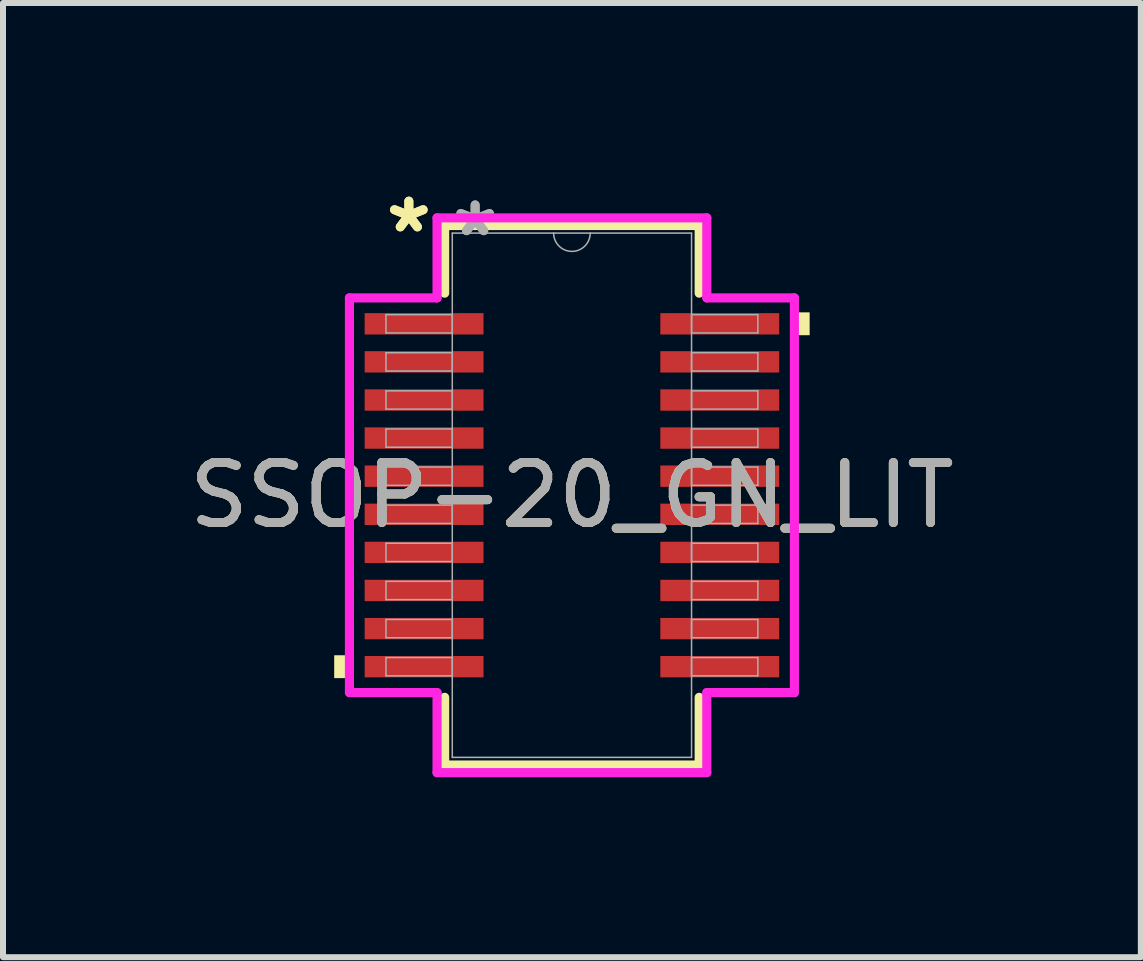
<source format=kicad_pcb>
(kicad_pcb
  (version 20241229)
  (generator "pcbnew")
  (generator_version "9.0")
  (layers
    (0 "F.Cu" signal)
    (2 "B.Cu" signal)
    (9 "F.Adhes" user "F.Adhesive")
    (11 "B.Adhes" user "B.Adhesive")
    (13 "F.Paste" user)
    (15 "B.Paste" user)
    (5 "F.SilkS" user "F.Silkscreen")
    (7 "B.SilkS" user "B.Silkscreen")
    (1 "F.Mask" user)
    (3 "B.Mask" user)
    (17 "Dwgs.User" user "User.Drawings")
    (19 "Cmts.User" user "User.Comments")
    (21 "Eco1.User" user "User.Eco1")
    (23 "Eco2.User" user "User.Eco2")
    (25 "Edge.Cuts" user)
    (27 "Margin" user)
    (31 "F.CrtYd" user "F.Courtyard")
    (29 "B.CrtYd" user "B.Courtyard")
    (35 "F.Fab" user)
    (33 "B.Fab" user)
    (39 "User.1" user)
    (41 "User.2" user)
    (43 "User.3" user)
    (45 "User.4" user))
  (footprint "SSOP-20_GN_LIT"
    (layer "F.Cu")
    (at 6.482 5.204)
    (property "Reference" "SSOP-20_GN_LIT" (at 0 0 0) (unlocked yes) (layer "F.SilkS") (effects (font (size 1 1) (thickness 0.15))))
    (attr smd)
    (fp_line (start -2.121 -4.496) (end -2.121 -3.368) (stroke (width 0.152) (type solid)) (layer "F.SilkS"))
    (fp_line (start -2.121 3.368) (end -2.121 4.496) (stroke (width 0.152) (type solid)) (layer "F.SilkS"))
    (fp_line (start -2.121 4.496) (end 2.121 4.496) (stroke (width 0.152) (type solid)) (layer "F.SilkS"))
    (fp_line (start 2.121 -4.496) (end -2.121 -4.496) (stroke (width 0.152) (type solid)) (layer "F.SilkS"))
    (fp_line (start 2.121 -3.368) (end 2.121 -4.496) (stroke (width 0.152) (type solid)) (layer "F.SilkS"))
    (fp_line (start 2.121 4.496) (end 2.121 3.368) (stroke (width 0.152) (type solid)) (layer "F.SilkS"))
    (fp_poly (pts (xy -3.962 2.667) (xy -3.962 3.048) (xy -3.708 3.048) (xy -3.708 2.667)) (stroke (width 0) (type solid)) (fill yes) (layer "F.SilkS"))
    (fp_poly (pts (xy 3.962 -3.048) (xy 3.962 -2.667) (xy 3.708 -2.667) (xy 3.708 -3.048)) (stroke (width 0) (type solid)) (fill yes) (layer "F.SilkS"))
    (fp_line (start -3.708 -3.289) (end -2.248 -3.289) (stroke (width 0.152) (type solid)) (layer "F.CrtYd"))
    (fp_line (start -3.708 3.289) (end -3.708 -3.289) (stroke (width 0.152) (type solid)) (layer "F.CrtYd"))
    (fp_line (start -3.708 3.289) (end -2.248 3.289) (stroke (width 0.152) (type solid)) (layer "F.CrtYd"))
    (fp_line (start -2.248 -4.623) (end 2.248 -4.623) (stroke (width 0.152) (type solid)) (layer "F.CrtYd"))
    (fp_line (start -2.248 -3.289) (end -2.248 -4.623) (stroke (width 0.152) (type solid)) (layer "F.CrtYd"))
    (fp_line (start -2.248 4.623) (end -2.248 3.289) (stroke (width 0.152) (type solid)) (layer "F.CrtYd"))
    (fp_line (start 2.248 -4.623) (end 2.248 -3.289) (stroke (width 0.152) (type solid)) (layer "F.CrtYd"))
    (fp_line (start 2.248 3.289) (end 2.248 4.623) (stroke (width 0.152) (type solid)) (layer "F.CrtYd"))
    (fp_line (start 2.248 4.623) (end -2.248 4.623) (stroke (width 0.152) (type solid)) (layer "F.CrtYd"))
    (fp_line (start 3.708 -3.289) (end 2.248 -3.289) (stroke (width 0.152) (type solid)) (layer "F.CrtYd"))
    (fp_line (start 3.708 -3.289) (end 3.708 3.289) (stroke (width 0.152) (type solid)) (layer "F.CrtYd"))
    (fp_line (start 3.708 3.289) (end 2.248 3.289) (stroke (width 0.152) (type solid)) (layer "F.CrtYd"))
    (fp_line (start -3.099 -3.01) (end -3.099 -2.705) (stroke (width 0.025) (type solid)) (layer "F.Fab"))
    (fp_line (start -3.099 -2.705) (end -1.994 -2.705) (stroke (width 0.025) (type solid)) (layer "F.Fab"))
    (fp_line (start -3.099 -2.375) (end -3.099 -2.07) (stroke (width 0.025) (type solid)) (layer "F.Fab"))
    (fp_line (start -3.099 -2.07) (end -1.994 -2.07) (stroke (width 0.025) (type solid)) (layer "F.Fab"))
    (fp_line (start -3.099 -1.74) (end -3.099 -1.435) (stroke (width 0.025) (type solid)) (layer "F.Fab"))
    (fp_line (start -3.099 -1.435) (end -1.994 -1.435) (stroke (width 0.025) (type solid)) (layer "F.Fab"))
    (fp_line (start -3.099 -1.105) (end -3.099 -0.8) (stroke (width 0.025) (type solid)) (layer "F.Fab"))
    (fp_line (start -3.099 -0.8) (end -1.994 -0.8) (stroke (width 0.025) (type solid)) (layer "F.Fab"))
    (fp_line (start -3.099 -0.47) (end -3.099 -0.165) (stroke (width 0.025) (type solid)) (layer "F.Fab"))
    (fp_line (start -3.099 -0.165) (end -1.994 -0.165) (stroke (width 0.025) (type solid)) (layer "F.Fab"))
    (fp_line (start -3.099 0.165) (end -3.099 0.47) (stroke (width 0.025) (type solid)) (layer "F.Fab"))
    (fp_line (start -3.099 0.47) (end -1.994 0.47) (stroke (width 0.025) (type solid)) (layer "F.Fab"))
    (fp_line (start -3.099 0.8) (end -3.099 1.105) (stroke (width 0.025) (type solid)) (layer "F.Fab"))
    (fp_line (start -3.099 1.105) (end -1.994 1.105) (stroke (width 0.025) (type solid)) (layer "F.Fab"))
    (fp_line (start -3.099 1.435) (end -3.099 1.74) (stroke (width 0.025) (type solid)) (layer "F.Fab"))
    (fp_line (start -3.099 1.74) (end -1.994 1.74) (stroke (width 0.025) (type solid)) (layer "F.Fab"))
    (fp_line (start -3.099 2.07) (end -3.099 2.375) (stroke (width 0.025) (type solid)) (layer "F.Fab"))
    (fp_line (start -3.099 2.375) (end -1.994 2.375) (stroke (width 0.025) (type solid)) (layer "F.Fab"))
    (fp_line (start -3.099 2.705) (end -3.099 3.01) (stroke (width 0.025) (type solid)) (layer "F.Fab"))
    (fp_line (start -3.099 3.01) (end -1.994 3.01) (stroke (width 0.025) (type solid)) (layer "F.Fab"))
    (fp_line (start -1.994 -4.369) (end -1.994 4.369) (stroke (width 0.025) (type solid)) (layer "F.Fab"))
    (fp_line (start -1.994 -3.01) (end -3.099 -3.01) (stroke (width 0.025) (type solid)) (layer "F.Fab"))
    (fp_line (start -1.994 -2.705) (end -1.994 -3.01) (stroke (width 0.025) (type solid)) (layer "F.Fab"))
    (fp_line (start -1.994 -2.375) (end -3.099 -2.375) (stroke (width 0.025) (type solid)) (layer "F.Fab"))
    (fp_line (start -1.994 -2.07) (end -1.994 -2.375) (stroke (width 0.025) (type solid)) (layer "F.Fab"))
    (fp_line (start -1.994 -1.74) (end -3.099 -1.74) (stroke (width 0.025) (type solid)) (layer "F.Fab"))
    (fp_line (start -1.994 -1.435) (end -1.994 -1.74) (stroke (width 0.025) (type solid)) (layer "F.Fab"))
    (fp_line (start -1.994 -1.105) (end -3.099 -1.105) (stroke (width 0.025) (type solid)) (layer "F.Fab"))
    (fp_line (start -1.994 -0.8) (end -1.994 -1.105) (stroke (width 0.025) (type solid)) (layer "F.Fab"))
    (fp_line (start -1.994 -0.47) (end -3.099 -0.47) (stroke (width 0.025) (type solid)) (layer "F.Fab"))
    (fp_line (start -1.994 -0.165) (end -1.994 -0.47) (stroke (width 0.025) (type solid)) (layer "F.Fab"))
    (fp_line (start -1.994 0.165) (end -3.099 0.165) (stroke (width 0.025) (type solid)) (layer "F.Fab"))
    (fp_line (start -1.994 0.47) (end -1.994 0.165) (stroke (width 0.025) (type solid)) (layer "F.Fab"))
    (fp_line (start -1.994 0.8) (end -3.099 0.8) (stroke (width 0.025) (type solid)) (layer "F.Fab"))
    (fp_line (start -1.994 1.105) (end -1.994 0.8) (stroke (width 0.025) (type solid)) (layer "F.Fab"))
    (fp_line (start -1.994 1.435) (end -3.099 1.435) (stroke (width 0.025) (type solid)) (layer "F.Fab"))
    (fp_line (start -1.994 1.74) (end -1.994 1.435) (stroke (width 0.025) (type solid)) (layer "F.Fab"))
    (fp_line (start -1.994 2.07) (end -3.099 2.07) (stroke (width 0.025) (type solid)) (layer "F.Fab"))
    (fp_line (start -1.994 2.375) (end -1.994 2.07) (stroke (width 0.025) (type solid)) (layer "F.Fab"))
    (fp_line (start -1.994 2.705) (end -3.099 2.705) (stroke (width 0.025) (type solid)) (layer "F.Fab"))
    (fp_line (start -1.994 3.01) (end -1.994 2.705) (stroke (width 0.025) (type solid)) (layer "F.Fab"))
    (fp_line (start -1.994 4.369) (end 1.994 4.369) (stroke (width 0.025) (type solid)) (layer "F.Fab"))
    (fp_line (start 1.994 -4.369) (end -1.994 -4.369) (stroke (width 0.025) (type solid)) (layer "F.Fab"))
    (fp_line (start 1.994 -3.01) (end 1.994 -2.705) (stroke (width 0.025) (type solid)) (layer "F.Fab"))
    (fp_line (start 1.994 -2.705) (end 3.099 -2.705) (stroke (width 0.025) (type solid)) (layer "F.Fab"))
    (fp_line (start 1.994 -2.375) (end 1.994 -2.07) (stroke (width 0.025) (type solid)) (layer "F.Fab"))
    (fp_line (start 1.994 -2.07) (end 3.099 -2.07) (stroke (width 0.025) (type solid)) (layer "F.Fab"))
    (fp_line (start 1.994 -1.74) (end 1.994 -1.435) (stroke (width 0.025) (type solid)) (layer "F.Fab"))
    (fp_line (start 1.994 -1.435) (end 3.099 -1.435) (stroke (width 0.025) (type solid)) (layer "F.Fab"))
    (fp_line (start 1.994 -1.105) (end 1.994 -0.8) (stroke (width 0.025) (type solid)) (layer "F.Fab"))
    (fp_line (start 1.994 -0.8) (end 3.099 -0.8) (stroke (width 0.025) (type solid)) (layer "F.Fab"))
    (fp_line (start 1.994 -0.47) (end 1.994 -0.165) (stroke (width 0.025) (type solid)) (layer "F.Fab"))
    (fp_line (start 1.994 -0.165) (end 3.099 -0.165) (stroke (width 0.025) (type solid)) (layer "F.Fab"))
    (fp_line (start 1.994 0.165) (end 1.994 0.47) (stroke (width 0.025) (type solid)) (layer "F.Fab"))
    (fp_line (start 1.994 0.47) (end 3.099 0.47) (stroke (width 0.025) (type solid)) (layer "F.Fab"))
    (fp_line (start 1.994 0.8) (end 1.994 1.105) (stroke (width 0.025) (type solid)) (layer "F.Fab"))
    (fp_line (start 1.994 1.105) (end 3.099 1.105) (stroke (width 0.025) (type solid)) (layer "F.Fab"))
    (fp_line (start 1.994 1.435) (end 1.994 1.74) (stroke (width 0.025) (type solid)) (layer "F.Fab"))
    (fp_line (start 1.994 1.74) (end 3.099 1.74) (stroke (width 0.025) (type solid)) (layer "F.Fab"))
    (fp_line (start 1.994 2.07) (end 1.994 2.375) (stroke (width 0.025) (type solid)) (layer "F.Fab"))
    (fp_line (start 1.994 2.375) (end 3.099 2.375) (stroke (width 0.025) (type solid)) (layer "F.Fab"))
    (fp_line (start 1.994 2.705) (end 1.994 3.01) (stroke (width 0.025) (type solid)) (layer "F.Fab"))
    (fp_line (start 1.994 3.01) (end 3.099 3.01) (stroke (width 0.025) (type solid)) (layer "F.Fab"))
    (fp_line (start 1.994 4.369) (end 1.994 -4.369) (stroke (width 0.025) (type solid)) (layer "F.Fab"))
    (fp_line (start 3.099 -3.01) (end 1.994 -3.01) (stroke (width 0.025) (type solid)) (layer "F.Fab"))
    (fp_line (start 3.099 -2.705) (end 3.099 -3.01) (stroke (width 0.025) (type solid)) (layer "F.Fab"))
    (fp_line (start 3.099 -2.375) (end 1.994 -2.375) (stroke (width 0.025) (type solid)) (layer "F.Fab"))
    (fp_line (start 3.099 -2.07) (end 3.099 -2.375) (stroke (width 0.025) (type solid)) (layer "F.Fab"))
    (fp_line (start 3.099 -1.74) (end 1.994 -1.74) (stroke (width 0.025) (type solid)) (layer "F.Fab"))
    (fp_line (start 3.099 -1.435) (end 3.099 -1.74) (stroke (width 0.025) (type solid)) (layer "F.Fab"))
    (fp_line (start 3.099 -1.105) (end 1.994 -1.105) (stroke (width 0.025) (type solid)) (layer "F.Fab"))
    (fp_line (start 3.099 -0.8) (end 3.099 -1.105) (stroke (width 0.025) (type solid)) (layer "F.Fab"))
    (fp_line (start 3.099 -0.47) (end 1.994 -0.47) (stroke (width 0.025) (type solid)) (layer "F.Fab"))
    (fp_line (start 3.099 -0.165) (end 3.099 -0.47) (stroke (width 0.025) (type solid)) (layer "F.Fab"))
    (fp_line (start 3.099 0.165) (end 1.994 0.165) (stroke (width 0.025) (type solid)) (layer "F.Fab"))
    (fp_line (start 3.099 0.47) (end 3.099 0.165) (stroke (width 0.025) (type solid)) (layer "F.Fab"))
    (fp_line (start 3.099 0.8) (end 1.994 0.8) (stroke (width 0.025) (type solid)) (layer "F.Fab"))
    (fp_line (start 3.099 1.105) (end 3.099 0.8) (stroke (width 0.025) (type solid)) (layer "F.Fab"))
    (fp_line (start 3.099 1.435) (end 1.994 1.435) (stroke (width 0.025) (type solid)) (layer "F.Fab"))
    (fp_line (start 3.099 1.74) (end 3.099 1.435) (stroke (width 0.025) (type solid)) (layer "F.Fab"))
    (fp_line (start 3.099 2.07) (end 1.994 2.07) (stroke (width 0.025) (type solid)) (layer "F.Fab"))
    (fp_line (start 3.099 2.375) (end 3.099 2.07) (stroke (width 0.025) (type solid)) (layer "F.Fab"))
    (fp_line (start 3.099 2.705) (end 1.994 2.705) (stroke (width 0.025) (type solid)) (layer "F.Fab"))
    (fp_line (start 3.099 3.01) (end 3.099 2.705) (stroke (width 0.025) (type solid)) (layer "F.Fab"))
    (fp_arc (start 0.3048 -4.3688) (mid 0 -4.064) (end -0.3048 -4.3688) (stroke (width 0.0254) (type solid)) (layer "F.Fab"))
    (fp_text user "*" (at -2.718 -4.356 0) (unlocked yes) (layer "F.SilkS") (effects (font (size 1 1) (thickness 0.15))))
    (fp_text user "*" (at -2.718 -4.356 0) (layer "F.SilkS") (effects (font (size 1 1) (thickness 0.15))))
    (fp_text user "*" (at -1.613 -4.293 0) (layer "F.Fab") (effects (font (size 1 1) (thickness 0.15))))
    (fp_text user "*" (at -1.613 -4.293 0) (unlocked yes) (layer "F.Fab") (effects (font (size 1 1) (thickness 0.15))))
    (fp_text user "${REFERENCE}" (at 0 0 0) (unlocked yes) (layer "F.Fab") (effects (font (size 1 1) (thickness 0.15))))
    (pad "1" smd rect (at -2.464 -2.857) (size 1.981 0.356) (layers "F.Cu" "F.Mask" "F.Paste"))
    (pad "2" smd rect (at -2.464 -2.223) (size 1.981 0.356) (layers "F.Cu" "F.Mask" "F.Paste"))
    (pad "3" smd rect (at -2.464 -1.587) (size 1.981 0.356) (layers "F.Cu" "F.Mask" "F.Paste"))
    (pad "4" smd rect (at -2.464 -0.953) (size 1.981 0.356) (layers "F.Cu" "F.Mask" "F.Paste"))
    (pad "5" smd rect (at -2.464 -0.318) (size 1.981 0.356) (layers "F.Cu" "F.Mask" "F.Paste"))
    (pad "6" smd rect (at -2.464 0.318) (size 1.981 0.356) (layers "F.Cu" "F.Mask" "F.Paste"))
    (pad "7" smd rect (at -2.464 0.953) (size 1.981 0.356) (layers "F.Cu" "F.Mask" "F.Paste"))
    (pad "8" smd rect (at -2.464 1.587) (size 1.981 0.356) (layers "F.Cu" "F.Mask" "F.Paste"))
    (pad "9" smd rect (at -2.464 2.223) (size 1.981 0.356) (layers "F.Cu" "F.Mask" "F.Paste"))
    (pad "10" smd rect (at -2.464 2.857) (size 1.981 0.356) (layers "F.Cu" "F.Mask" "F.Paste"))
    (pad "11" smd rect (at 2.464 2.857) (size 1.981 0.356) (layers "F.Cu" "F.Mask" "F.Paste"))
    (pad "12" smd rect (at 2.464 2.223) (size 1.981 0.356) (layers "F.Cu" "F.Mask" "F.Paste"))
    (pad "13" smd rect (at 2.464 1.587) (size 1.981 0.356) (layers "F.Cu" "F.Mask" "F.Paste"))
    (pad "14" smd rect (at 2.464 0.953) (size 1.981 0.356) (layers "F.Cu" "F.Mask" "F.Paste"))
    (pad "15" smd rect (at 2.464 0.318) (size 1.981 0.356) (layers "F.Cu" "F.Mask" "F.Paste"))
    (pad "16" smd rect (at 2.464 -0.318) (size 1.981 0.356) (layers "F.Cu" "F.Mask" "F.Paste"))
    (pad "17" smd rect (at 2.464 -0.953) (size 1.981 0.356) (layers "F.Cu" "F.Mask" "F.Paste"))
    (pad "18" smd rect (at 2.464 -1.587) (size 1.981 0.356) (layers "F.Cu" "F.Mask" "F.Paste"))
    (pad "19" smd rect (at 2.464 -2.223) (size 1.981 0.356) (layers "F.Cu" "F.Mask" "F.Paste"))
    (pad "20" smd rect (at 2.464 -2.857) (size 1.981 0.356) (layers "F.Cu" "F.Mask" "F.Paste")))
  (gr_rect
    (start -3 -3)
    (end 15.964 12.903)
    (stroke (width 0.1) (type default))
    (fill no)
    (layer "Edge.Cuts")))
</source>
